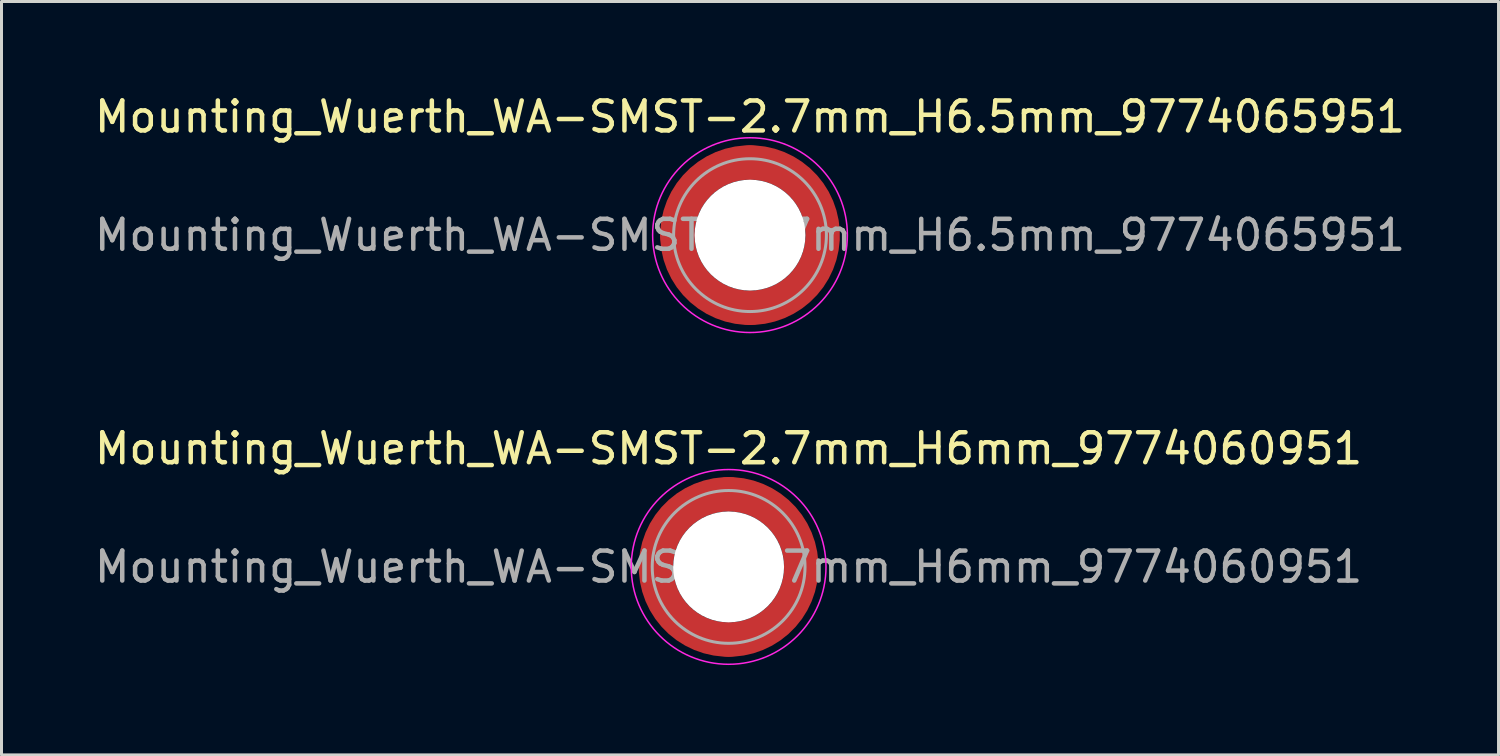
<source format=kicad_pcb>
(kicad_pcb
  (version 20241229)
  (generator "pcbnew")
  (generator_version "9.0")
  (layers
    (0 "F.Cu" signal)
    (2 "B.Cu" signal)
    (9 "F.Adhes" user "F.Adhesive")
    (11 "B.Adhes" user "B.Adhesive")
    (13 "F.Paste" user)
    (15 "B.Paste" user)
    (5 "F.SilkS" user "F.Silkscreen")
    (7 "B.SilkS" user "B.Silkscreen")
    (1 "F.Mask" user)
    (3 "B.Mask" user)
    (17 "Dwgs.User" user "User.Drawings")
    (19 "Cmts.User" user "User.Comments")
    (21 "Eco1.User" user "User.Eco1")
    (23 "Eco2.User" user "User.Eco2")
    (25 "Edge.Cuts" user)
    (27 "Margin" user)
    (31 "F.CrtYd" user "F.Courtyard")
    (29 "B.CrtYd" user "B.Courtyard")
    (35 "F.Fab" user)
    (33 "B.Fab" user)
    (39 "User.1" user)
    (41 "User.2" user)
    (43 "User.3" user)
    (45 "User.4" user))
  (footprint "Mounting_Wuerth_WA-SMST-2.7mm_H6mm_9774060951"
    (layer "F.Cu")
    (at 21.268 15.871)
    (property "Reference" "Mounting_Wuerth_WA-SMST-2.7mm_H6mm_9774060951" (at 0 -3.95 0) (layer "F.SilkS") (effects (font (size 1 1) (thickness 0.15))))
    (attr smd)
    (fp_circle (center 0 0) (end 3.25 0) (stroke (width 0.05) (type solid)) (fill no) (layer "F.CrtYd"))
    (fp_circle (center 0 0) (end 2.55 0) (stroke (width 0.1) (type solid)) (fill no) (layer "F.Fab"))
    (fp_text user "${REFERENCE}" (at 0 0 0) (layer "F.Fab") (effects (font (size 1 1) (thickness 0.15))))
    (pad "" smd custom (at -1.704 -1.704) (size 1.02 1.02) (layers "F.Paste") (options (anchor circle)) (primitives (gr_arc (start -0.250195 1.279127) (mid 0.289914 0.289914) (end 1.279127 -0.250195) (width 0.2)) (gr_arc (start -0.34334 1.279127) (mid 0.225488 0.225488) (end 1.279127 -0.34334) (width 0.2)) (gr_arc (start -0.436309 1.279127) (mid 0.161063 0.161063) (end 1.279127 -0.436309) (width 0.2)) (gr_arc (start -0.529126 1.279127) (mid 0.096638 0.096638) (end 1.279127 -0.529126) (width 0.2)) (gr_arc (start -0.621807 1.279127) (mid 0.032213 0.032213) (end 1.279127 -0.621807) (width 0.2)) (gr_arc (start -0.71437 1.279127) (mid -0.032213 -0.032213) (end 1.279127 -0.71437) (width 0.2)) (gr_arc (start -0.806826 1.279127) (mid -0.096638 -0.096638) (end 1.279127 -0.806826) (width 0.2)) (gr_arc (start -0.899187 1.279127) (mid -0.161063 -0.161063) (end 1.279127 -0.899187) (width 0.2)) (gr_arc (start -0.991463 1.279127) (mid -0.225488 -0.225488) (end 1.279127 -0.991463) (width 0.2)) (gr_arc (start -1.083663 1.279127) (mid -0.289914 -0.289914) (end 1.279127 -1.083663) (width 0.2)) (gr_line (start 1.279 -0.25) (end 1.279 -1.084) (width 0.2)) (gr_line (start -0.25 1.279) (end -1.084 1.279) (width 0.2))))
    (pad "" smd custom (at -1.704 1.704) (size 1.02 1.02) (layers "F.Paste") (options (anchor circle)) (primitives (gr_arc (start 1.279127 0.250195) (mid 0.289914 -0.289914) (end -0.250195 -1.279127) (width 0.2)) (gr_arc (start 1.279127 0.34334) (mid 0.225488 -0.225488) (end -0.34334 -1.279127) (width 0.2)) (gr_arc (start 1.279127 0.436309) (mid 0.161063 -0.161063) (end -0.436309 -1.279127) (width 0.2)) (gr_arc (start 1.279127 0.529126) (mid 0.096638 -0.096638) (end -0.529126 -1.279127) (width 0.2)) (gr_arc (start 1.279127 0.621807) (mid 0.032213 -0.032213) (end -0.621807 -1.279127) (width 0.2)) (gr_arc (start 1.279127 0.71437) (mid -0.032213 0.032213) (end -0.71437 -1.279127) (width 0.2)) (gr_arc (start 1.279127 0.806826) (mid -0.096638 0.096638) (end -0.806826 -1.279127) (width 0.2)) (gr_arc (start 1.279127 0.899187) (mid -0.161063 0.161063) (end -0.899187 -1.279127) (width 0.2)) (gr_arc (start 1.279127 0.991463) (mid -0.225488 0.225488) (end -0.991463 -1.279127) (width 0.2)) (gr_arc (start 1.279127 1.083663) (mid -0.289914 0.289914) (end -1.083663 -1.279127) (width 0.2)) (gr_line (start -0.25 -1.279) (end -1.084 -1.279) (width 0.2)) (gr_line (start 1.279 0.25) (end 1.279 1.084) (width 0.2))))
    (pad "" np_thru_hole circle (at 0 0) (size 3.7 3.7) (drill 3.7) (layers "*.Cu" "*.Mask"))
    (pad "" smd custom (at 1.704 -1.704) (size 1.02 1.02) (layers "F.Paste") (options (anchor circle)) (primitives (gr_arc (start -1.279127 -0.250195) (mid -0.289914 0.289914) (end 0.250195 1.279127) (width 0.2)) (gr_arc (start -1.279127 -0.34334) (mid -0.225488 0.225488) (end 0.34334 1.279127) (width 0.2)) (gr_arc (start -1.279127 -0.436309) (mid -0.161063 0.161063) (end 0.436309 1.279127) (width 0.2)) (gr_arc (start -1.279127 -0.529126) (mid -0.096638 0.096638) (end 0.529126 1.279127) (width 0.2)) (gr_arc (start -1.279127 -0.621807) (mid -0.032213 0.032213) (end 0.621807 1.279127) (width 0.2)) (gr_arc (start -1.279127 -0.71437) (mid 0.032213 -0.032213) (end 0.71437 1.279127) (width 0.2)) (gr_arc (start -1.279127 -0.806826) (mid 0.096638 -0.096638) (end 0.806826 1.279127) (width 0.2)) (gr_arc (start -1.279127 -0.899187) (mid 0.161063 -0.161063) (end 0.899187 1.279127) (width 0.2)) (gr_arc (start -1.279127 -0.991463) (mid 0.225488 -0.225488) (end 0.991463 1.279127) (width 0.2)) (gr_arc (start -1.279127 -1.083663) (mid 0.289914 -0.289914) (end 1.083663 1.279127) (width 0.2)) (gr_line (start 0.25 1.279) (end 1.084 1.279) (width 0.2)) (gr_line (start -1.279 -0.25) (end -1.279 -1.084) (width 0.2))))
    (pad "" smd custom (at 1.704 1.704) (size 1.02 1.02) (layers "F.Paste") (options (anchor circle)) (primitives (gr_arc (start 0.250195 -1.279127) (mid -0.289914 -0.289914) (end -1.279127 0.250195) (width 0.2)) (gr_arc (start 0.34334 -1.279127) (mid -0.225488 -0.225488) (end -1.279127 0.34334) (width 0.2)) (gr_arc (start 0.436309 -1.279127) (mid -0.161063 -0.161063) (end -1.279127 0.436309) (width 0.2)) (gr_arc (start 0.529126 -1.279127) (mid -0.096638 -0.096638) (end -1.279127 0.529126) (width 0.2)) (gr_arc (start 0.621807 -1.279127) (mid -0.032213 -0.032213) (end -1.279127 0.621807) (width 0.2)) (gr_arc (start 0.71437 -1.279127) (mid 0.032213 0.032213) (end -1.279127 0.71437) (width 0.2)) (gr_arc (start 0.806826 -1.279127) (mid 0.096638 0.096638) (end -1.279127 0.806826) (width 0.2)) (gr_arc (start 0.899187 -1.279127) (mid 0.161063 0.161063) (end -1.279127 0.899187) (width 0.2)) (gr_arc (start 0.991463 -1.279127) (mid 0.225488 0.225488) (end -1.279127 0.991463) (width 0.2)) (gr_arc (start 1.083663 -1.279127) (mid 0.289914 0.289914) (end -1.279127 1.083663) (width 0.2)) (gr_line (start -1.279 0.25) (end -1.279 1.084) (width 0.2)) (gr_line (start 0.25 -1.279) (end 1.084 -1.279) (width 0.2))))
    (pad "1" smd circle (at -2.425 0) (size 1.15 1.15) (layers "F.Cu"))
    (pad "1" smd circle (at 0 -2.425) (size 1.15 1.15) (layers "F.Cu"))
    (pad "1" smd circle (at 0 2.425) (size 1.15 1.15) (layers "F.Cu"))
    (pad "1" smd custom (at 2.425 0) (size 1.15 1.15) (layers "F.Cu" "F.Mask") (options (anchor circle)) (primitives (gr_circle (center -2.425 0) (end 0 0) (width 1.15) (fill no)))))
  (footprint "Mounting_Wuerth_WA-SMST-2.7mm_H6.5mm_9774065951"
    (layer "F.Cu")
    (at 21.982 4.798)
    (property "Reference" "Mounting_Wuerth_WA-SMST-2.7mm_H6.5mm_9774065951" (at 0 -3.95 0) (layer "F.SilkS") (effects (font (size 1 1) (thickness 0.15))))
    (attr smd)
    (fp_circle (center 0 0) (end 3.25 0) (stroke (width 0.05) (type solid)) (fill no) (layer "F.CrtYd"))
    (fp_circle (center 0 0) (end 2.55 0) (stroke (width 0.1) (type solid)) (fill no) (layer "F.Fab"))
    (fp_text user "${REFERENCE}" (at 0 0 0) (layer "F.Fab") (effects (font (size 1 1) (thickness 0.15))))
    (pad "" smd custom (at -1.704 -1.704) (size 0.51 0.51) (layers "F.Paste") (options (anchor circle)) (primitives (gr_arc (start -0.250195 1.279127) (mid 0.289914 0.289914) (end 1.279127 -0.250195) (width 0.2)) (gr_arc (start -0.34334 1.279127) (mid 0.225488 0.225488) (end 1.279127 -0.34334) (width 0.2)) (gr_arc (start -0.436309 1.279127) (mid 0.161063 0.161063) (end 1.279127 -0.436309) (width 0.2)) (gr_arc (start -0.529126 1.279127) (mid 0.096638 0.096638) (end 1.279127 -0.529126) (width 0.2)) (gr_arc (start -0.621807 1.279127) (mid 0.032213 0.032213) (end 1.279127 -0.621807) (width 0.2)) (gr_arc (start -0.71437 1.279127) (mid -0.032213 -0.032213) (end 1.279127 -0.71437) (width 0.2)) (gr_arc (start -0.806826 1.279127) (mid -0.096638 -0.096638) (end 1.279127 -0.806826) (width 0.2)) (gr_arc (start -0.899187 1.279127) (mid -0.161063 -0.161063) (end 1.279127 -0.899187) (width 0.2)) (gr_arc (start -0.991463 1.279127) (mid -0.225488 -0.225488) (end 1.279127 -0.991463) (width 0.2)) (gr_arc (start -1.083663 1.279127) (mid -0.289914 -0.289914) (end 1.279127 -1.083663) (width 0.2)) (gr_line (start 1.279 -0.25) (end 1.279 -1.084) (width 0.2)) (gr_line (start -0.25 1.279) (end -1.084 1.279) (width 0.2))))
    (pad "" smd custom (at -1.704 1.704) (size 0.51 0.51) (layers "F.Paste") (options (anchor circle)) (primitives (gr_arc (start 1.279127 0.250195) (mid 0.289914 -0.289914) (end -0.250195 -1.279127) (width 0.2)) (gr_arc (start 1.279127 0.34334) (mid 0.225488 -0.225488) (end -0.34334 -1.279127) (width 0.2)) (gr_arc (start 1.279127 0.436309) (mid 0.161063 -0.161063) (end -0.436309 -1.279127) (width 0.2)) (gr_arc (start 1.279127 0.529126) (mid 0.096638 -0.096638) (end -0.529126 -1.279127) (width 0.2)) (gr_arc (start 1.279127 0.621807) (mid 0.032213 -0.032213) (end -0.621807 -1.279127) (width 0.2)) (gr_arc (start 1.279127 0.71437) (mid -0.032213 0.032213) (end -0.71437 -1.279127) (width 0.2)) (gr_arc (start 1.279127 0.806826) (mid -0.096638 0.096638) (end -0.806826 -1.279127) (width 0.2)) (gr_arc (start 1.279127 0.899187) (mid -0.161063 0.161063) (end -0.899187 -1.279127) (width 0.2)) (gr_arc (start 1.279127 0.991463) (mid -0.225488 0.225488) (end -0.991463 -1.279127) (width 0.2)) (gr_arc (start 1.279127 1.083663) (mid -0.289914 0.289914) (end -1.083663 -1.279127) (width 0.2)) (gr_line (start -0.25 -1.279) (end -1.084 -1.279) (width 0.2)) (gr_line (start 1.279 0.25) (end 1.279 1.084) (width 0.2))))
    (pad "" np_thru_hole circle (at 0 0) (size 3.7 3.7) (drill 3.7) (layers "*.Cu" "*.Mask"))
    (pad "" smd custom (at 1.704 -1.704) (size 0.51 0.51) (layers "F.Paste") (options (anchor circle)) (primitives (gr_arc (start -1.279127 -0.250195) (mid -0.289914 0.289914) (end 0.250195 1.279127) (width 0.2)) (gr_arc (start -1.279127 -0.34334) (mid -0.225488 0.225488) (end 0.34334 1.279127) (width 0.2)) (gr_arc (start -1.279127 -0.436309) (mid -0.161063 0.161063) (end 0.436309 1.279127) (width 0.2)) (gr_arc (start -1.279127 -0.529126) (mid -0.096638 0.096638) (end 0.529126 1.279127) (width 0.2)) (gr_arc (start -1.279127 -0.621807) (mid -0.032213 0.032213) (end 0.621807 1.279127) (width 0.2)) (gr_arc (start -1.279127 -0.71437) (mid 0.032213 -0.032213) (end 0.71437 1.279127) (width 0.2)) (gr_arc (start -1.279127 -0.806826) (mid 0.096638 -0.096638) (end 0.806826 1.279127) (width 0.2)) (gr_arc (start -1.279127 -0.899187) (mid 0.161063 -0.161063) (end 0.899187 1.279127) (width 0.2)) (gr_arc (start -1.279127 -0.991463) (mid 0.225488 -0.225488) (end 0.991463 1.279127) (width 0.2)) (gr_arc (start -1.279127 -1.083663) (mid 0.289914 -0.289914) (end 1.083663 1.279127) (width 0.2)) (gr_line (start 0.25 1.279) (end 1.084 1.279) (width 0.2)) (gr_line (start -1.279 -0.25) (end -1.279 -1.084) (width 0.2))))
    (pad "" smd custom (at 1.704 1.704) (size 0.51 0.51) (layers "F.Paste") (options (anchor circle)) (primitives (gr_arc (start 0.250195 -1.279127) (mid -0.289914 -0.289914) (end -1.279127 0.250195) (width 0.2)) (gr_arc (start 0.34334 -1.279127) (mid -0.225488 -0.225488) (end -1.279127 0.34334) (width 0.2)) (gr_arc (start 0.436309 -1.279127) (mid -0.161063 -0.161063) (end -1.279127 0.436309) (width 0.2)) (gr_arc (start 0.529126 -1.279127) (mid -0.096638 -0.096638) (end -1.279127 0.529126) (width 0.2)) (gr_arc (start 0.621807 -1.279127) (mid -0.032213 -0.032213) (end -1.279127 0.621807) (width 0.2)) (gr_arc (start 0.71437 -1.279127) (mid 0.032213 0.032213) (end -1.279127 0.71437) (width 0.2)) (gr_arc (start 0.806826 -1.279127) (mid 0.096638 0.096638) (end -1.279127 0.806826) (width 0.2)) (gr_arc (start 0.899187 -1.279127) (mid 0.161063 0.161063) (end -1.279127 0.899187) (width 0.2)) (gr_arc (start 0.991463 -1.279127) (mid 0.225488 0.225488) (end -1.279127 0.991463) (width 0.2)) (gr_arc (start 1.083663 -1.279127) (mid 0.289914 0.289914) (end -1.279127 1.083663) (width 0.2)) (gr_line (start -1.279 0.25) (end -1.279 1.084) (width 0.2)) (gr_line (start 0.25 -1.279) (end 1.084 -1.279) (width 0.2))))
    (pad "1" smd circle (at -2.425 0) (size 1.15 1.15) (layers "F.Cu"))
    (pad "1" smd circle (at 0 -2.425) (size 1.15 1.15) (layers "F.Cu"))
    (pad "1" smd circle (at 0 2.425) (size 1.15 1.15) (layers "F.Cu"))
    (pad "1" smd custom (at 2.425 0) (size 1.15 1.15) (layers "F.Cu" "F.Mask") (options (anchor circle)) (primitives (gr_circle (center -2.425 0) (end 0 0) (width 1.15) (fill no)))))
  (gr_rect
    (start -3 -3)
    (end 46.964 22.146)
    (stroke (width 0.1) (type default))
    (fill no)
    (layer "Edge.Cuts")))
</source>
